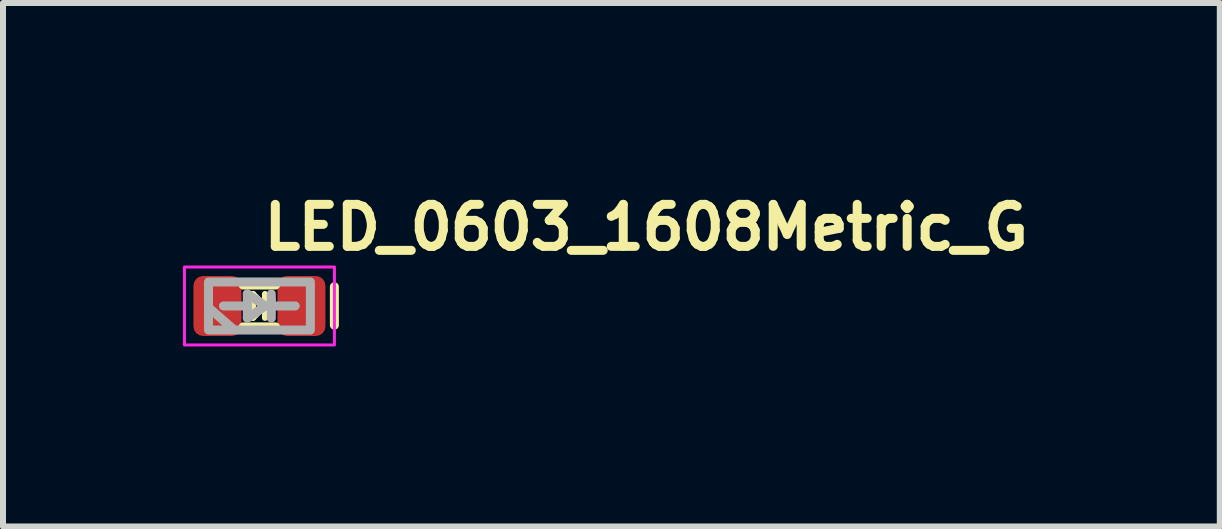
<source format=kicad_pcb>
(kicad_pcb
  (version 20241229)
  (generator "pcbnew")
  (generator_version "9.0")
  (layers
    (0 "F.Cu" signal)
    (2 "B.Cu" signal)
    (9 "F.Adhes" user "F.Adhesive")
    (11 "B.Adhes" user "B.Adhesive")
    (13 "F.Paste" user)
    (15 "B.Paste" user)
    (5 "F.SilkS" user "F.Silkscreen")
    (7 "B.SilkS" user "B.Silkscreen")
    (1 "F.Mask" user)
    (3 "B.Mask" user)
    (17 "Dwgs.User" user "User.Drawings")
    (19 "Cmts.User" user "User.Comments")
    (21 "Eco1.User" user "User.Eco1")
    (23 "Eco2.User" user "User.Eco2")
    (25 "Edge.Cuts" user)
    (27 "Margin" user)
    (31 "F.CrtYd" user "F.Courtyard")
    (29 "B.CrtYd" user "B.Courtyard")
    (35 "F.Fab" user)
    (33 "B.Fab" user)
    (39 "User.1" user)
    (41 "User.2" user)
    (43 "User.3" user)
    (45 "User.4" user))
  (footprint "LED_0603_1608Metric_G"
    (layer "F.Cu")
    (at 1.275 2.051)
    (property "Reference" "LED_0603_1608Metric_G" (at -0.001 -0.901 0) (layer "F.SilkS") (effects (font (size 0.7 0.7) (thickness 0.15)) (justify left bottom)))
    (attr smd)
    (fp_line (start -0.271 -0.349) (end 0.269 -0.349) (stroke (width 0.15) (type solid)) (layer "F.SilkS"))
    (fp_line (start -0.271 0.348) (end 0.269 0.348) (stroke (width 0.15) (type solid)) (layer "F.SilkS"))
    (fp_line (start -0.107 -0.201) (end -0.107 0.198) (stroke (width 0.1) (type solid)) (layer "F.SilkS"))
    (fp_line (start -0.107 -0.201) (end 0.092 -0.001) (stroke (width 0.1) (type solid)) (layer "F.SilkS"))
    (fp_line (start -0.107 -0.001) (end -0.291 -0.001) (stroke (width 0.1) (type solid)) (layer "F.SilkS"))
    (fp_line (start 0.092 -0.201) (end 0.092 0.198) (stroke (width 0.1) (type solid)) (layer "F.SilkS"))
    (fp_line (start 0.092 -0.001) (end -0.107 0.198) (stroke (width 0.1) (type solid)) (layer "F.SilkS"))
    (fp_line (start 0.092 -0.001) (end 0.292 -0.001) (stroke (width 0.1) (type solid)) (layer "F.SilkS"))
    (fp_line (start 1.249 0.319) (end 1.249 -0.321) (stroke (width 0.15) (type solid)) (layer "F.SilkS"))
    (fp_rect (start -1.25 -0.65) (end 1.25 0.65) (stroke (width 0.05) (type solid)) (fill no) (layer "F.CrtYd"))
    (fp_line (start -0.849 0.025) (end -0.442 0.381) (stroke (width 0.15) (type solid)) (layer "F.Fab"))
    (fp_line (start -0.6 -0.001) (end -0.202 -0.001) (stroke (width 0.15) (type solid)) (layer "F.Fab"))
    (fp_line (start -0.202 -0.201) (end -0.202 -0.001) (stroke (width 0.15) (type solid)) (layer "F.Fab"))
    (fp_line (start -0.202 -0.001) (end -0.202 0.201) (stroke (width 0.15) (type solid)) (layer "F.Fab"))
    (fp_line (start -0.202 0.201) (end 0.1 -0.001) (stroke (width 0.15) (type solid)) (layer "F.Fab"))
    (fp_line (start 0.1 -0.001) (end -0.202 -0.201) (stroke (width 0.15) (type solid)) (layer "F.Fab"))
    (fp_line (start 0.198 -0.201) (end 0.198 -0.101) (stroke (width 0.15) (type solid)) (layer "F.Fab"))
    (fp_line (start 0.198 -0.001) (end 0.596 -0.001) (stroke (width 0.15) (type solid)) (layer "F.Fab"))
    (fp_line (start 0.198 0.201) (end 0.198 -0.101) (stroke (width 0.15) (type solid)) (layer "F.Fab"))
    (fp_rect (start -0.849 -0.401) (end 0.849 0.401) (stroke (width 0.15) (type solid)) (fill no) (layer "F.Fab"))
    (fp_rect (start -0.811 -0.401) (end 0.811 0.401) (stroke (width 0.1) (type solid)) (fill no) (layer "User.5"))
    (fp_line (start -0.811 -0.341) (end -0.811 -0.149) (stroke (width 0.02) (type solid)) (layer "User.9"))
    (fp_line (start -0.811 -0.149) (end -0.803 -0.149) (stroke (width 0.02) (type solid)) (layer "User.9"))
    (fp_line (start -0.811 0.149) (end -0.811 0.341) (stroke (width 0.02) (type solid)) (layer "User.9"))
    (fp_line (start -0.811 0.341) (end -0.579 0.341) (stroke (width 0.02) (type solid)) (layer "User.9"))
    (fp_line (start -0.803 -0.149) (end -0.795 -0.149) (stroke (width 0.02) (type solid)) (layer "User.9"))
    (fp_line (start -0.803 0.149) (end -0.811 0.149) (stroke (width 0.02) (type solid)) (layer "User.9"))
    (fp_line (start -0.801 -0.401) (end -0.801 -0.341) (stroke (width 0.02) (type solid)) (layer "User.9"))
    (fp_line (start -0.801 0.341) (end -0.801 0.401) (stroke (width 0.02) (type solid)) (layer "User.9"))
    (fp_line (start -0.801 0.401) (end 0.801 0.401) (stroke (width 0.02) (type solid)) (layer "User.9"))
    (fp_line (start -0.795 -0.149) (end -0.787 -0.149) (stroke (width 0.02) (type solid)) (layer "User.9"))
    (fp_line (start -0.795 0.149) (end -0.803 0.149) (stroke (width 0.02) (type solid)) (layer "User.9"))
    (fp_line (start -0.787 -0.149) (end -0.78 -0.148) (stroke (width 0.02) (type solid)) (layer "User.9"))
    (fp_line (start -0.787 0.149) (end -0.795 0.149) (stroke (width 0.02) (type solid)) (layer "User.9"))
    (fp_line (start -0.78 -0.148) (end -0.772 -0.147) (stroke (width 0.02) (type solid)) (layer "User.9"))
    (fp_line (start -0.78 0.148) (end -0.787 0.149) (stroke (width 0.02) (type solid)) (layer "User.9"))
    (fp_line (start -0.772 -0.147) (end -0.764 -0.145) (stroke (width 0.02) (type solid)) (layer "User.9"))
    (fp_line (start -0.772 0.147) (end -0.78 0.148) (stroke (width 0.02) (type solid)) (layer "User.9"))
    (fp_line (start -0.764 -0.145) (end -0.756 -0.144) (stroke (width 0.02) (type solid)) (layer "User.9"))
    (fp_line (start -0.764 0.145) (end -0.772 0.147) (stroke (width 0.02) (type solid)) (layer "User.9"))
    (fp_line (start -0.756 -0.144) (end -0.749 -0.14) (stroke (width 0.02) (type solid)) (layer "User.9"))
    (fp_line (start -0.756 0.144) (end -0.764 0.145) (stroke (width 0.02) (type solid)) (layer "User.9"))
    (fp_line (start -0.749 -0.14) (end -0.742 -0.139) (stroke (width 0.02) (type solid)) (layer "User.9"))
    (fp_line (start -0.749 0.14) (end -0.756 0.144) (stroke (width 0.02) (type solid)) (layer "User.9"))
    (fp_line (start -0.742 -0.139) (end -0.735 -0.136) (stroke (width 0.02) (type solid)) (layer "User.9"))
    (fp_line (start -0.742 0.139) (end -0.749 0.14) (stroke (width 0.02) (type solid)) (layer "User.9"))
    (fp_line (start -0.735 -0.136) (end -0.728 -0.132) (stroke (width 0.02) (type solid)) (layer "User.9"))
    (fp_line (start -0.735 0.136) (end -0.742 0.139) (stroke (width 0.02) (type solid)) (layer "User.9"))
    (fp_line (start -0.728 -0.132) (end -0.722 -0.129) (stroke (width 0.02) (type solid)) (layer "User.9"))
    (fp_line (start -0.728 0.132) (end -0.735 0.136) (stroke (width 0.02) (type solid)) (layer "User.9"))
    (fp_line (start -0.722 -0.129) (end -0.715 -0.124) (stroke (width 0.02) (type solid)) (layer "User.9"))
    (fp_line (start -0.722 0.129) (end -0.728 0.132) (stroke (width 0.02) (type solid)) (layer "User.9"))
    (fp_line (start -0.715 -0.124) (end -0.709 -0.12) (stroke (width 0.02) (type solid)) (layer "User.9"))
    (fp_line (start -0.715 0.124) (end -0.722 0.129) (stroke (width 0.02) (type solid)) (layer "User.9"))
    (fp_line (start -0.709 -0.12) (end -0.704 -0.115) (stroke (width 0.02) (type solid)) (layer "User.9"))
    (fp_line (start -0.709 0.117) (end -0.715 0.124) (stroke (width 0.02) (type solid)) (layer "User.9"))
    (fp_line (start -0.704 -0.115) (end -0.696 -0.109) (stroke (width 0.02) (type solid)) (layer "User.9"))
    (fp_line (start -0.704 0.115) (end -0.709 0.117) (stroke (width 0.02) (type solid)) (layer "User.9"))
    (fp_line (start -0.696 -0.109) (end -0.696 -0.109) (stroke (width 0.02) (type solid)) (layer "User.9"))
    (fp_line (start -0.696 -0.109) (end -0.69 -0.105) (stroke (width 0.02) (type solid)) (layer "User.9"))
    (fp_line (start -0.696 0.109) (end -0.704 0.115) (stroke (width 0.02) (type solid)) (layer "User.9"))
    (fp_line (start -0.696 0.109) (end -0.696 0.109) (stroke (width 0.02) (type solid)) (layer "User.9"))
    (fp_line (start -0.69 -0.105) (end -0.687 -0.099) (stroke (width 0.02) (type solid)) (layer "User.9"))
    (fp_line (start -0.69 0.104) (end -0.696 0.109) (stroke (width 0.02) (type solid)) (layer "User.9"))
    (fp_line (start -0.687 -0.099) (end -0.682 -0.092) (stroke (width 0.02) (type solid)) (layer "User.9"))
    (fp_line (start -0.687 0.099) (end -0.69 0.104) (stroke (width 0.02) (type solid)) (layer "User.9"))
    (fp_line (start -0.682 -0.092) (end -0.678 -0.085) (stroke (width 0.02) (type solid)) (layer "User.9"))
    (fp_line (start -0.682 0.092) (end -0.687 0.099) (stroke (width 0.02) (type solid)) (layer "User.9"))
    (fp_line (start -0.678 -0.085) (end -0.674 -0.079) (stroke (width 0.02) (type solid)) (layer "User.9"))
    (fp_line (start -0.678 0.085) (end -0.682 0.092) (stroke (width 0.02) (type solid)) (layer "User.9"))
    (fp_line (start -0.674 -0.079) (end -0.67 -0.073) (stroke (width 0.02) (type solid)) (layer "User.9"))
    (fp_line (start -0.674 0.079) (end -0.678 0.085) (stroke (width 0.02) (type solid)) (layer "User.9"))
    (fp_line (start -0.67 -0.073) (end -0.666 -0.067) (stroke (width 0.02) (type solid)) (layer "User.9"))
    (fp_line (start -0.67 0.073) (end -0.674 0.079) (stroke (width 0.02) (type solid)) (layer "User.9"))
    (fp_line (start -0.666 -0.067) (end -0.663 -0.06) (stroke (width 0.02) (type solid)) (layer "User.9"))
    (fp_line (start -0.666 0.067) (end -0.67 0.073) (stroke (width 0.02) (type solid)) (layer "User.9"))
    (fp_line (start -0.663 -0.06) (end -0.66 -0.053) (stroke (width 0.02) (type solid)) (layer "User.9"))
    (fp_line (start -0.663 0.058) (end -0.666 0.067) (stroke (width 0.02) (type solid)) (layer "User.9"))
    (fp_line (start -0.66 -0.053) (end -0.658 -0.045) (stroke (width 0.02) (type solid)) (layer "User.9"))
    (fp_line (start -0.66 0.052) (end -0.663 0.058) (stroke (width 0.02) (type solid)) (layer "User.9"))
    (fp_line (start -0.658 -0.045) (end -0.655 -0.038) (stroke (width 0.02) (type solid)) (layer "User.9"))
    (fp_line (start -0.658 0.045) (end -0.66 0.052) (stroke (width 0.02) (type solid)) (layer "User.9"))
    (fp_line (start -0.655 -0.038) (end -0.654 -0.03) (stroke (width 0.02) (type solid)) (layer "User.9"))
    (fp_line (start -0.655 0.038) (end -0.658 0.045) (stroke (width 0.02) (type solid)) (layer "User.9"))
    (fp_line (start -0.654 -0.03) (end -0.652 -0.023) (stroke (width 0.02) (type solid)) (layer "User.9"))
    (fp_line (start -0.654 0.03) (end -0.655 0.038) (stroke (width 0.02) (type solid)) (layer "User.9"))
    (fp_line (start -0.652 -0.023) (end -0.651 -0.015) (stroke (width 0.02) (type solid)) (layer "User.9"))
    (fp_line (start -0.652 0.023) (end -0.654 0.03) (stroke (width 0.02) (type solid)) (layer "User.9"))
    (fp_line (start -0.651 -0.015) (end -0.651 -0.008) (stroke (width 0.02) (type solid)) (layer "User.9"))
    (fp_line (start -0.651 -0.008) (end -0.651 -0.001) (stroke (width 0.02) (type solid)) (layer "User.9"))
    (fp_line (start -0.651 -0.001) (end -0.651 0.007) (stroke (width 0.02) (type solid)) (layer "User.9"))
    (fp_line (start -0.651 0.007) (end -0.651 0.015) (stroke (width 0.02) (type solid)) (layer "User.9"))
    (fp_line (start -0.651 0.015) (end -0.652 0.023) (stroke (width 0.02) (type solid)) (layer "User.9"))
    (fp_line (start -0.599 -0.307) (end -0.598 -0.31) (stroke (width 0.02) (type solid)) (layer "User.9"))
    (fp_line (start -0.599 -0.305) (end -0.599 -0.307) (stroke (width 0.02) (type solid)) (layer "User.9"))
    (fp_line (start -0.599 -0.302) (end -0.599 -0.305) (stroke (width 0.02) (type solid)) (layer "User.9"))
    (fp_line (start -0.599 -0.299) (end -0.599 -0.302) (stroke (width 0.02) (type solid)) (layer "User.9"))
    (fp_line (start -0.599 -0.299) (end -0.599 0.299) (stroke (width 0.02) (type solid)) (layer "User.9"))
    (fp_line (start -0.599 0.302) (end -0.599 0.299) (stroke (width 0.02) (type solid)) (layer "User.9"))
    (fp_line (start -0.599 0.305) (end -0.599 0.302) (stroke (width 0.02) (type solid)) (layer "User.9"))
    (fp_line (start -0.599 0.307) (end -0.599 0.305) (stroke (width 0.02) (type solid)) (layer "User.9"))
    (fp_line (start -0.598 -0.312) (end -0.597 -0.314) (stroke (width 0.02) (type solid)) (layer "User.9"))
    (fp_line (start -0.598 -0.31) (end -0.598 -0.312) (stroke (width 0.02) (type solid)) (layer "User.9"))
    (fp_line (start -0.598 0.31) (end -0.599 0.307) (stroke (width 0.02) (type solid)) (layer "User.9"))
    (fp_line (start -0.598 0.312) (end -0.598 0.31) (stroke (width 0.02) (type solid)) (layer "User.9"))
    (fp_line (start -0.597 -0.314) (end -0.596 -0.317) (stroke (width 0.02) (type solid)) (layer "User.9"))
    (fp_line (start -0.597 0.314) (end -0.598 0.312) (stroke (width 0.02) (type solid)) (layer "User.9"))
    (fp_line (start -0.596 -0.319) (end -0.595 -0.322) (stroke (width 0.02) (type solid)) (layer "User.9"))
    (fp_line (start -0.596 -0.317) (end -0.596 -0.319) (stroke (width 0.02) (type solid)) (layer "User.9"))
    (fp_line (start -0.596 0.317) (end -0.597 0.314) (stroke (width 0.02) (type solid)) (layer "User.9"))
    (fp_line (start -0.596 0.319) (end -0.596 0.317) (stroke (width 0.02) (type solid)) (layer "User.9"))
    (fp_line (start -0.595 -0.322) (end -0.593 -0.324) (stroke (width 0.02) (type solid)) (layer "User.9"))
    (fp_line (start -0.595 0.322) (end -0.596 0.319) (stroke (width 0.02) (type solid)) (layer "User.9"))
    (fp_line (start -0.593 -0.324) (end -0.592 -0.326) (stroke (width 0.02) (type solid)) (layer "User.9"))
    (fp_line (start -0.593 0.324) (end -0.595 0.322) (stroke (width 0.02) (type solid)) (layer "User.9"))
    (fp_line (start -0.592 -0.326) (end -0.591 -0.328) (stroke (width 0.02) (type solid)) (layer "User.9"))
    (fp_line (start -0.592 0.326) (end -0.593 0.324) (stroke (width 0.02) (type solid)) (layer "User.9"))
    (fp_line (start -0.591 -0.328) (end -0.59 -0.33) (stroke (width 0.02) (type solid)) (layer "User.9"))
    (fp_line (start -0.591 0.328) (end -0.592 0.326) (stroke (width 0.02) (type solid)) (layer "User.9"))
    (fp_line (start -0.59 -0.33) (end -0.588 -0.332) (stroke (width 0.02) (type solid)) (layer "User.9"))
    (fp_line (start -0.59 0.33) (end -0.591 0.328) (stroke (width 0.02) (type solid)) (layer "User.9"))
    (fp_line (start -0.588 -0.332) (end -0.587 -0.334) (stroke (width 0.02) (type solid)) (layer "User.9"))
    (fp_line (start -0.588 0.332) (end -0.59 0.33) (stroke (width 0.02) (type solid)) (layer "User.9"))
    (fp_line (start -0.587 -0.334) (end -0.585 -0.336) (stroke (width 0.02) (type solid)) (layer "User.9"))
    (fp_line (start -0.587 0.334) (end -0.588 0.332) (stroke (width 0.02) (type solid)) (layer "User.9"))
    (fp_line (start -0.585 -0.336) (end -0.583 -0.338) (stroke (width 0.02) (type solid)) (layer "User.9"))
    (fp_line (start -0.585 0.336) (end -0.587 0.334) (stroke (width 0.02) (type solid)) (layer "User.9"))
    (fp_line (start -0.583 -0.338) (end -0.581 -0.339) (stroke (width 0.02) (type solid)) (layer "User.9"))
    (fp_line (start -0.583 0.338) (end -0.585 0.336) (stroke (width 0.02) (type solid)) (layer "User.9"))
    (fp_line (start -0.581 -0.339) (end -0.579 -0.341) (stroke (width 0.02) (type solid)) (layer "User.9"))
    (fp_line (start -0.581 0.339) (end -0.583 0.338) (stroke (width 0.02) (type solid)) (layer "User.9"))
    (fp_line (start -0.579 -0.341) (end -0.811 -0.341) (stroke (width 0.02) (type solid)) (layer "User.9"))
    (fp_line (start -0.579 -0.341) (end -0.577 -0.342) (stroke (width 0.02) (type solid)) (layer "User.9"))
    (fp_line (start -0.579 0.341) (end -0.581 0.339) (stroke (width 0.02) (type solid)) (layer "User.9"))
    (fp_line (start -0.577 -0.342) (end -0.576 -0.343) (stroke (width 0.02) (type solid)) (layer "User.9"))
    (fp_line (start -0.577 0.342) (end -0.579 0.341) (stroke (width 0.02) (type solid)) (layer "User.9"))
    (fp_line (start -0.576 -0.343) (end -0.572 -0.343) (stroke (width 0.02) (type solid)) (layer "User.9"))
    (fp_line (start -0.576 0.342) (end -0.577 0.342) (stroke (width 0.02) (type solid)) (layer "User.9"))
    (fp_line (start -0.572 -0.343) (end -0.57 -0.344) (stroke (width 0.02) (type solid)) (layer "User.9"))
    (fp_line (start -0.572 0.343) (end -0.576 0.342) (stroke (width 0.02) (type solid)) (layer "User.9"))
    (fp_line (start -0.57 -0.344) (end -0.568 -0.345) (stroke (width 0.02) (type solid)) (layer "User.9"))
    (fp_line (start -0.57 0.344) (end -0.572 0.343) (stroke (width 0.02) (type solid)) (layer "User.9"))
    (fp_line (start -0.568 -0.345) (end -0.566 -0.345) (stroke (width 0.02) (type solid)) (layer "User.9"))
    (fp_line (start -0.568 0.345) (end -0.57 0.344) (stroke (width 0.02) (type solid)) (layer "User.9"))
    (fp_line (start -0.566 -0.345) (end -0.563 -0.346) (stroke (width 0.02) (type solid)) (layer "User.9"))
    (fp_line (start -0.566 0.345) (end -0.568 0.345) (stroke (width 0.02) (type solid)) (layer "User.9"))
    (fp_line (start -0.563 -0.346) (end -0.562 -0.347) (stroke (width 0.02) (type solid)) (layer "User.9"))
    (fp_line (start -0.563 0.346) (end -0.566 0.345) (stroke (width 0.02) (type solid)) (layer "User.9"))
    (fp_line (start -0.562 -0.347) (end -0.561 -0.347) (stroke (width 0.02) (type solid)) (layer "User.9"))
    (fp_line (start -0.562 0.347) (end -0.563 0.346) (stroke (width 0.02) (type solid)) (layer "User.9"))
    (fp_line (start -0.561 -0.347) (end -0.558 -0.348) (stroke (width 0.02) (type solid)) (layer "User.9"))
    (fp_line (start -0.561 0.347) (end -0.562 0.347) (stroke (width 0.02) (type solid)) (layer "User.9"))
    (fp_line (start -0.558 -0.348) (end -0.556 -0.348) (stroke (width 0.02) (type solid)) (layer "User.9"))
    (fp_line (start -0.558 0.348) (end -0.561 0.347) (stroke (width 0.02) (type solid)) (layer "User.9"))
    (fp_line (start -0.556 -0.348) (end -0.553 -0.348) (stroke (width 0.02) (type solid)) (layer "User.9"))
    (fp_line (start -0.556 0.348) (end -0.558 0.348) (stroke (width 0.02) (type solid)) (layer "User.9"))
    (fp_line (start -0.553 -0.348) (end -0.551 -0.348) (stroke (width 0.02) (type solid)) (layer "User.9"))
    (fp_line (start -0.553 0.348) (end -0.556 0.348) (stroke (width 0.02) (type solid)) (layer "User.9"))
    (fp_line (start -0.551 0.348) (end -0.553 0.348) (stroke (width 0.02) (type solid)) (layer "User.9"))
    (fp_line (start -0.551 0.348) (end 0.551 0.348) (stroke (width 0.02) (type solid)) (layer "User.9"))
    (fp_line (start 0.499 -0.391) (end 0.499 -0.348) (stroke (width 0.02) (type solid)) (layer "User.9"))
    (fp_line (start 0.499 0.348) (end 0.499 0.391) (stroke (width 0.02) (type solid)) (layer "User.9"))
    (fp_line (start 0.499 0.391) (end 0.781 0.391) (stroke (width 0.02) (type solid)) (layer "User.9"))
    (fp_line (start 0.551 -0.348) (end -0.551 -0.348) (stroke (width 0.02) (type solid)) (layer "User.9"))
    (fp_line (start 0.551 -0.348) (end 0.553 -0.348) (stroke (width 0.02) (type solid)) (layer "User.9"))
    (fp_line (start 0.553 -0.348) (end 0.556 -0.348) (stroke (width 0.02) (type solid)) (layer "User.9"))
    (fp_line (start 0.553 0.348) (end 0.551 0.348) (stroke (width 0.02) (type solid)) (layer "User.9"))
    (fp_line (start 0.556 -0.348) (end 0.558 -0.348) (stroke (width 0.02) (type solid)) (layer "User.9"))
    (fp_line (start 0.556 0.348) (end 0.553 0.348) (stroke (width 0.02) (type solid)) (layer "User.9"))
    (fp_line (start 0.558 -0.348) (end 0.561 -0.347) (stroke (width 0.02) (type solid)) (layer "User.9"))
    (fp_line (start 0.558 0.348) (end 0.556 0.348) (stroke (width 0.02) (type solid)) (layer "User.9"))
    (fp_line (start 0.561 -0.347) (end 0.562 -0.347) (stroke (width 0.02) (type solid)) (layer "User.9"))
    (fp_line (start 0.561 0.347) (end 0.558 0.348) (stroke (width 0.02) (type solid)) (layer "User.9"))
    (fp_line (start 0.562 -0.347) (end 0.563 -0.346) (stroke (width 0.02) (type solid)) (layer "User.9"))
    (fp_line (start 0.562 0.347) (end 0.561 0.347) (stroke (width 0.02) (type solid)) (layer "User.9"))
    (fp_line (start 0.563 -0.346) (end 0.566 -0.345) (stroke (width 0.02) (type solid)) (layer "User.9"))
    (fp_line (start 0.563 0.346) (end 0.562 0.347) (stroke (width 0.02) (type solid)) (layer "User.9"))
    (fp_line (start 0.566 -0.345) (end 0.568 -0.345) (stroke (width 0.02) (type solid)) (layer "User.9"))
    (fp_line (start 0.566 0.345) (end 0.563 0.346) (stroke (width 0.02) (type solid)) (layer "User.9"))
    (fp_line (start 0.568 -0.345) (end 0.57 -0.344) (stroke (width 0.02) (type solid)) (layer "User.9"))
    (fp_line (start 0.568 0.345) (end 0.566 0.345) (stroke (width 0.02) (type solid)) (layer "User.9"))
    (fp_line (start 0.57 -0.344) (end 0.572 -0.343) (stroke (width 0.02) (type solid)) (layer "User.9"))
    (fp_line (start 0.57 0.344) (end 0.568 0.345) (stroke (width 0.02) (type solid)) (layer "User.9"))
    (fp_line (start 0.572 -0.343) (end 0.576 -0.343) (stroke (width 0.02) (type solid)) (layer "User.9"))
    (fp_line (start 0.572 0.343) (end 0.57 0.344) (stroke (width 0.02) (type solid)) (layer "User.9"))
    (fp_line (start 0.576 -0.343) (end 0.577 -0.342) (stroke (width 0.02) (type solid)) (layer "User.9"))
    (fp_line (start 0.576 0.342) (end 0.572 0.343) (stroke (width 0.02) (type solid)) (layer "User.9"))
    (fp_line (start 0.577 -0.342) (end 0.579 -0.341) (stroke (width 0.02) (type solid)) (layer "User.9"))
    (fp_line (start 0.577 0.342) (end 0.576 0.342) (stroke (width 0.02) (type solid)) (layer "User.9"))
    (fp_line (start 0.579 -0.341) (end 0.581 -0.339) (stroke (width 0.02) (type solid)) (layer "User.9"))
    (fp_line (start 0.579 0.341) (end 0.577 0.342) (stroke (width 0.02) (type solid)) (layer "User.9"))
    (fp_line (start 0.579 0.341) (end 0.811 0.341) (stroke (width 0.02) (type solid)) (layer "User.9"))
    (fp_line (start 0.581 -0.339) (end 0.583 -0.338) (stroke (width 0.02) (type solid)) (layer "User.9"))
    (fp_line (start 0.581 0.339) (end 0.579 0.341) (stroke (width 0.02) (type solid)) (layer "User.9"))
    (fp_line (start 0.583 -0.338) (end 0.585 -0.336) (stroke (width 0.02) (type solid)) (layer "User.9"))
    (fp_line (start 0.583 0.338) (end 0.581 0.339) (stroke (width 0.02) (type solid)) (layer "User.9"))
    (fp_line (start 0.585 -0.336) (end 0.587 -0.334) (stroke (width 0.02) (type solid)) (layer "User.9"))
    (fp_line (start 0.585 0.336) (end 0.583 0.338) (stroke (width 0.02) (type solid)) (layer "User.9"))
    (fp_line (start 0.587 -0.334) (end 0.588 -0.332) (stroke (width 0.02) (type solid)) (layer "User.9"))
    (fp_line (start 0.587 0.334) (end 0.585 0.336) (stroke (width 0.02) (type solid)) (layer "User.9"))
    (fp_line (start 0.588 -0.332) (end 0.59 -0.33) (stroke (width 0.02) (type solid)) (layer "User.9"))
    (fp_line (start 0.588 0.332) (end 0.587 0.334) (stroke (width 0.02) (type solid)) (layer "User.9"))
    (fp_line (start 0.59 -0.33) (end 0.591 -0.328) (stroke (width 0.02) (type solid)) (layer "User.9"))
    (fp_line (start 0.59 0.33) (end 0.588 0.332) (stroke (width 0.02) (type solid)) (layer "User.9"))
    (fp_line (start 0.591 -0.328) (end 0.592 -0.326) (stroke (width 0.02) (type solid)) (layer "User.9"))
    (fp_line (start 0.591 0.328) (end 0.59 0.33) (stroke (width 0.02) (type solid)) (layer "User.9"))
    (fp_line (start 0.592 -0.326) (end 0.593 -0.324) (stroke (width 0.02) (type solid)) (layer "User.9"))
    (fp_line (start 0.592 0.326) (end 0.591 0.328) (stroke (width 0.02) (type solid)) (layer "User.9"))
    (fp_line (start 0.593 -0.324) (end 0.595 -0.322) (stroke (width 0.02) (type solid)) (layer "User.9"))
    (fp_line (start 0.593 0.324) (end 0.592 0.326) (stroke (width 0.02) (type solid)) (layer "User.9"))
    (fp_line (start 0.595 -0.322) (end 0.596 -0.319) (stroke (width 0.02) (type solid)) (layer "User.9"))
    (fp_line (start 0.595 0.322) (end 0.593 0.324) (stroke (width 0.02) (type solid)) (layer "User.9"))
    (fp_line (start 0.596 -0.319) (end 0.596 -0.317) (stroke (width 0.02) (type solid)) (layer "User.9"))
    (fp_line (start 0.596 -0.317) (end 0.597 -0.314) (stroke (width 0.02) (type solid)) (layer "User.9"))
    (fp_line (start 0.596 0.317) (end 0.596 0.319) (stroke (width 0.02) (type solid)) (layer "User.9"))
    (fp_line (start 0.596 0.319) (end 0.595 0.322) (stroke (width 0.02) (type solid)) (layer "User.9"))
    (fp_line (start 0.597 -0.314) (end 0.598 -0.312) (stroke (width 0.02) (type solid)) (layer "User.9"))
    (fp_line (start 0.597 0.314) (end 0.596 0.317) (stroke (width 0.02) (type solid)) (layer "User.9"))
    (fp_line (start 0.598 -0.312) (end 0.598 -0.31) (stroke (width 0.02) (type solid)) (layer "User.9"))
    (fp_line (start 0.598 -0.31) (end 0.599 -0.307) (stroke (width 0.02) (type solid)) (layer "User.9"))
    (fp_line (start 0.598 0.31) (end 0.598 0.312) (stroke (width 0.02) (type solid)) (layer "User.9"))
    (fp_line (start 0.598 0.312) (end 0.597 0.314) (stroke (width 0.02) (type solid)) (layer "User.9"))
    (fp_line (start 0.599 -0.307) (end 0.599 -0.305) (stroke (width 0.02) (type solid)) (layer "User.9"))
    (fp_line (start 0.599 -0.305) (end 0.599 -0.302) (stroke (width 0.02) (type solid)) (layer "User.9"))
    (fp_line (start 0.599 -0.302) (end 0.599 -0.299) (stroke (width 0.02) (type solid)) (layer "User.9"))
    (fp_line (start 0.599 0.299) (end 0.599 -0.299) (stroke (width 0.02) (type solid)) (layer "User.9"))
    (fp_line (start 0.599 0.299) (end 0.599 0.302) (stroke (width 0.02) (type solid)) (layer "User.9"))
    (fp_line (start 0.599 0.302) (end 0.599 0.305) (stroke (width 0.02) (type solid)) (layer "User.9"))
    (fp_line (start 0.599 0.305) (end 0.599 0.307) (stroke (width 0.02) (type solid)) (layer "User.9"))
    (fp_line (start 0.599 0.307) (end 0.598 0.31) (stroke (width 0.02) (type solid)) (layer "User.9"))
    (fp_line (start 0.65 -0.001) (end 0.651 -0.011) (stroke (width 0.02) (type solid)) (layer "User.9"))
    (fp_line (start 0.651 -0.011) (end 0.652 -0.021) (stroke (width 0.02) (type solid)) (layer "User.9"))
    (fp_line (start 0.651 0.009) (end 0.65 -0.001) (stroke (width 0.02) (type solid)) (layer "User.9"))
    (fp_line (start 0.652 -0.021) (end 0.654 -0.03) (stroke (width 0.02) (type solid)) (layer "User.9"))
    (fp_line (start 0.652 0.02) (end 0.651 0.009) (stroke (width 0.02) (type solid)) (layer "User.9"))
    (fp_line (start 0.654 -0.03) (end 0.656 -0.041) (stroke (width 0.02) (type solid)) (layer "User.9"))
    (fp_line (start 0.654 0.03) (end 0.652 0.02) (stroke (width 0.02) (type solid)) (layer "User.9"))
    (fp_line (start 0.656 -0.041) (end 0.659 -0.05) (stroke (width 0.02) (type solid)) (layer "User.9"))
    (fp_line (start 0.656 0.041) (end 0.654 0.03) (stroke (width 0.02) (type solid)) (layer "User.9"))
    (fp_line (start 0.659 -0.05) (end 0.663 -0.06) (stroke (width 0.02) (type solid)) (layer "User.9"))
    (fp_line (start 0.659 0.049) (end 0.656 0.041) (stroke (width 0.02) (type solid)) (layer "User.9"))
    (fp_line (start 0.663 -0.06) (end 0.667 -0.069) (stroke (width 0.02) (type solid)) (layer "User.9"))
    (fp_line (start 0.663 0.058) (end 0.659 0.049) (stroke (width 0.02) (type solid)) (layer "User.9"))
    (fp_line (start 0.667 -0.069) (end 0.672 -0.077) (stroke (width 0.02) (type solid)) (layer "User.9"))
    (fp_line (start 0.667 0.069) (end 0.663 0.058) (stroke (width 0.02) (type solid)) (layer "User.9"))
    (fp_line (start 0.672 -0.077) (end 0.672 -0.077) (stroke (width 0.02) (type solid)) (layer "User.9"))
    (fp_line (start 0.672 -0.077) (end 0.675 -0.083) (stroke (width 0.02) (type solid)) (layer "User.9"))
    (fp_line (start 0.672 0.077) (end 0.667 0.069) (stroke (width 0.02) (type solid)) (layer "User.9"))
    (fp_line (start 0.672 0.077) (end 0.672 0.077) (stroke (width 0.02) (type solid)) (layer "User.9"))
    (fp_line (start 0.675 -0.083) (end 0.678 -0.085) (stroke (width 0.02) (type solid)) (layer "User.9"))
    (fp_line (start 0.678 -0.085) (end 0.681 -0.09) (stroke (width 0.02) (type solid)) (layer "User.9"))
    (fp_line (start 0.678 0.085) (end 0.672 0.077) (stroke (width 0.02) (type solid)) (layer "User.9"))
    (fp_line (start 0.681 -0.09) (end 0.684 -0.094) (stroke (width 0.02) (type solid)) (layer "User.9"))
    (fp_line (start 0.684 -0.094) (end 0.687 -0.099) (stroke (width 0.02) (type solid)) (layer "User.9"))
    (fp_line (start 0.684 0.094) (end 0.678 0.085) (stroke (width 0.02) (type solid)) (layer "User.9"))
    (fp_line (start 0.687 -0.099) (end 0.689 -0.101) (stroke (width 0.02) (type solid)) (layer "User.9"))
    (fp_line (start 0.689 -0.101) (end 0.693 -0.106) (stroke (width 0.02) (type solid)) (layer "User.9"))
    (fp_line (start 0.689 0.101) (end 0.684 0.094) (stroke (width 0.02) (type solid)) (layer "User.9"))
    (fp_line (start 0.693 -0.106) (end 0.696 -0.109) (stroke (width 0.02) (type solid)) (layer "User.9"))
    (fp_line (start 0.696 -0.109) (end 0.7 -0.114) (stroke (width 0.02) (type solid)) (layer "User.9"))
    (fp_line (start 0.696 0.109) (end 0.689 0.101) (stroke (width 0.02) (type solid)) (layer "User.9"))
    (fp_line (start 0.7 -0.114) (end 0.705 -0.117) (stroke (width 0.02) (type solid)) (layer "User.9"))
    (fp_line (start 0.705 -0.117) (end 0.709 -0.12) (stroke (width 0.02) (type solid)) (layer "User.9"))
    (fp_line (start 0.705 0.116) (end 0.696 0.109) (stroke (width 0.02) (type solid)) (layer "User.9"))
    (fp_line (start 0.709 -0.12) (end 0.713 -0.122) (stroke (width 0.02) (type solid)) (layer "User.9"))
    (fp_line (start 0.713 -0.122) (end 0.717 -0.125) (stroke (width 0.02) (type solid)) (layer "User.9"))
    (fp_line (start 0.713 0.122) (end 0.705 0.116) (stroke (width 0.02) (type solid)) (layer "User.9"))
    (fp_line (start 0.717 -0.125) (end 0.722 -0.129) (stroke (width 0.02) (type solid)) (layer "User.9"))
    (fp_line (start 0.722 -0.129) (end 0.726 -0.131) (stroke (width 0.02) (type solid)) (layer "User.9"))
    (fp_line (start 0.722 0.129) (end 0.713 0.122) (stroke (width 0.02) (type solid)) (layer "User.9"))
    (fp_line (start 0.726 -0.131) (end 0.73 -0.134) (stroke (width 0.02) (type solid)) (layer "User.9"))
    (fp_line (start 0.73 -0.134) (end 0.735 -0.136) (stroke (width 0.02) (type solid)) (layer "User.9"))
    (fp_line (start 0.73 0.134) (end 0.722 0.129) (stroke (width 0.02) (type solid)) (layer "User.9"))
    (fp_line (start 0.735 -0.136) (end 0.739 -0.138) (stroke (width 0.02) (type solid)) (layer "User.9"))
    (fp_line (start 0.739 -0.138) (end 0.744 -0.14) (stroke (width 0.02) (type solid)) (layer "User.9"))
    (fp_line (start 0.739 0.138) (end 0.73 0.134) (stroke (width 0.02) (type solid)) (layer "User.9"))
    (fp_line (start 0.744 -0.14) (end 0.749 -0.14) (stroke (width 0.02) (type solid)) (layer "User.9"))
    (fp_line (start 0.749 -0.14) (end 0.754 -0.141) (stroke (width 0.02) (type solid)) (layer "User.9"))
    (fp_line (start 0.749 0.14) (end 0.739 0.138) (stroke (width 0.02) (type solid)) (layer "User.9"))
    (fp_line (start 0.754 -0.141) (end 0.759 -0.145) (stroke (width 0.02) (type solid)) (layer "User.9"))
    (fp_line (start 0.759 -0.145) (end 0.763 -0.145) (stroke (width 0.02) (type solid)) (layer "User.9"))
    (fp_line (start 0.759 0.144) (end 0.749 0.14) (stroke (width 0.02) (type solid)) (layer "User.9"))
    (fp_line (start 0.763 -0.145) (end 0.769 -0.146) (stroke (width 0.02) (type solid)) (layer "User.9"))
    (fp_line (start 0.769 -0.146) (end 0.774 -0.147) (stroke (width 0.02) (type solid)) (layer "User.9"))
    (fp_line (start 0.769 0.146) (end 0.759 0.144) (stroke (width 0.02) (type solid)) (layer "User.9"))
    (fp_line (start 0.774 -0.147) (end 0.779 -0.148) (stroke (width 0.02) (type solid)) (layer "User.9"))
    (fp_line (start 0.779 -0.148) (end 0.785 -0.149) (stroke (width 0.02) (type solid)) (layer "User.9"))
    (fp_line (start 0.779 0.148) (end 0.769 0.146) (stroke (width 0.02) (type solid)) (layer "User.9"))
    (fp_line (start 0.781 -0.391) (end 0.499 -0.391) (stroke (width 0.02) (type solid)) (layer "User.9"))
    (fp_line (start 0.781 -0.341) (end 0.781 -0.391) (stroke (width 0.02) (type solid)) (layer "User.9"))
    (fp_line (start 0.781 0.391) (end 0.781 0.341) (stroke (width 0.02) (type solid)) (layer "User.9"))
    (fp_line (start 0.785 -0.149) (end 0.79 -0.149) (stroke (width 0.02) (type solid)) (layer "User.9"))
    (fp_line (start 0.79 -0.149) (end 0.795 -0.149) (stroke (width 0.02) (type solid)) (layer "User.9"))
    (fp_line (start 0.79 0.149) (end 0.779 0.148) (stroke (width 0.02) (type solid)) (layer "User.9"))
    (fp_line (start 0.795 -0.149) (end 0.8 -0.15) (stroke (width 0.02) (type solid)) (layer "User.9"))
    (fp_line (start 0.8 -0.15) (end 0.805 -0.149) (stroke (width 0.02) (type solid)) (layer "User.9"))
    (fp_line (start 0.8 0.15) (end 0.79 0.149) (stroke (width 0.02) (type solid)) (layer "User.9"))
    (fp_line (start 0.801 -0.401) (end -0.801 -0.401) (stroke (width 0.02) (type solid)) (layer "User.9"))
    (fp_line (start 0.801 -0.341) (end 0.801 -0.401) (stroke (width 0.02) (type solid)) (layer "User.9"))
    (fp_line (start 0.801 0.401) (end 0.801 0.341) (stroke (width 0.02) (type solid)) (layer "User.9"))
    (fp_line (start 0.805 -0.149) (end 0.811 -0.149) (stroke (width 0.02) (type solid)) (layer "User.9"))
    (fp_line (start 0.811 -0.341) (end 0.579 -0.341) (stroke (width 0.02) (type solid)) (layer "User.9"))
    (fp_line (start 0.811 -0.149) (end 0.811 -0.341) (stroke (width 0.02) (type solid)) (layer "User.9"))
    (fp_line (start 0.811 0.149) (end 0.8 0.15) (stroke (width 0.02) (type solid)) (layer "User.9"))
    (fp_line (start 0.811 0.341) (end 0.811 0.149) (stroke (width 0.02) (type solid)) (layer "User.9"))
    (pad "1" smd roundrect (at -0.7 0) (size 0.8 1) (layers "F.Cu" "F.Mask" "F.Paste") (roundrect_rratio 0.2))
    (pad "2" smd roundrect (at 0.7 0) (size 0.8 1) (layers "F.Cu" "F.Mask" "F.Paste") (roundrect_rratio 0.2)))
  (gr_rect
    (start -3 -3)
    (end 17.284 5.726)
    (stroke (width 0.1) (type default))
    (fill no)
    (layer "Edge.Cuts")))
</source>
